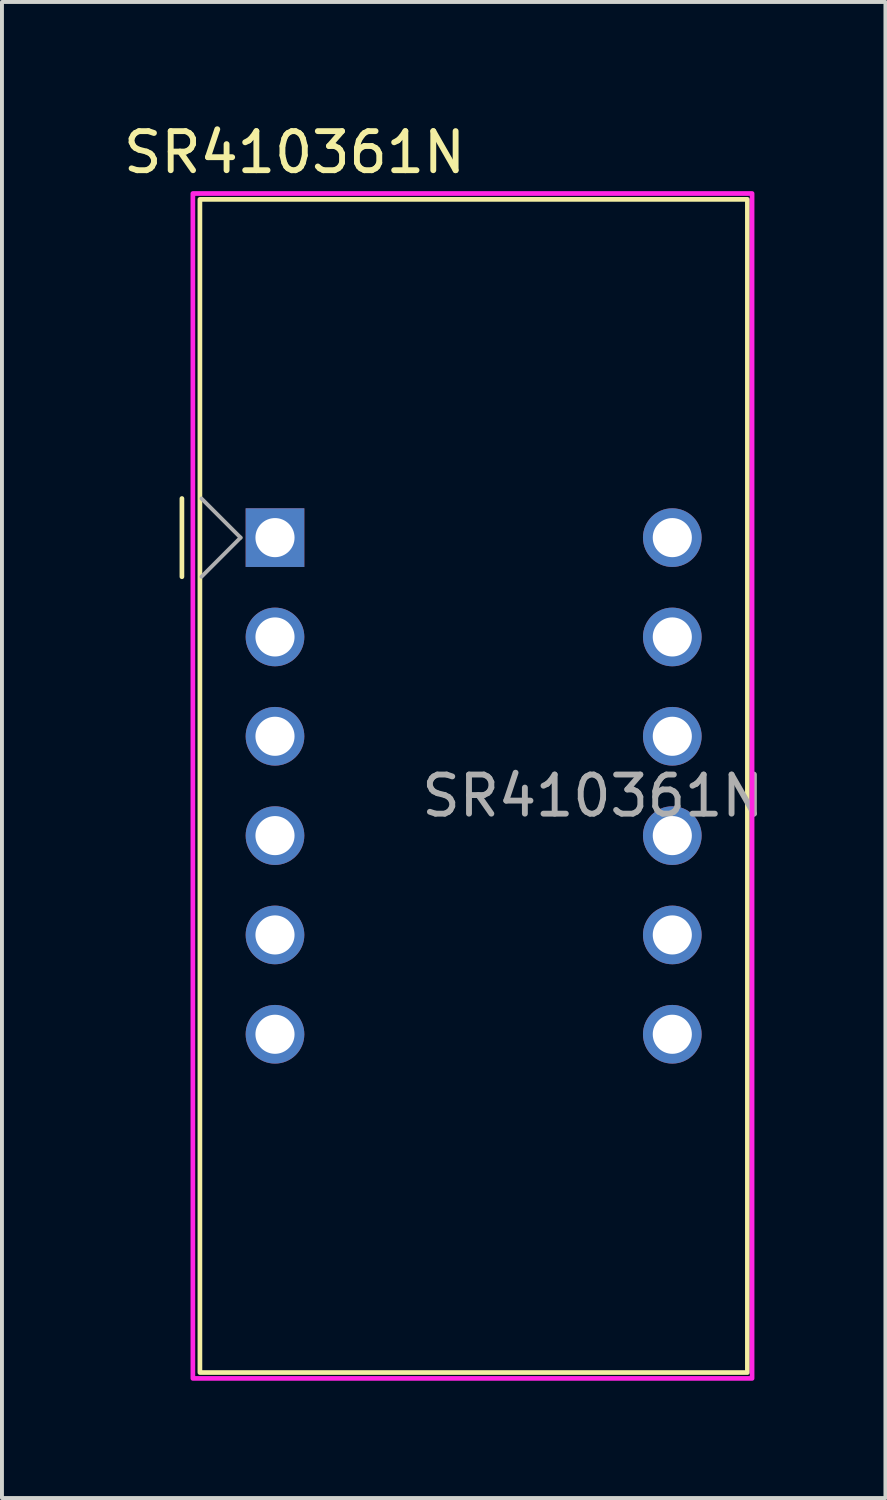
<source format=kicad_pcb>
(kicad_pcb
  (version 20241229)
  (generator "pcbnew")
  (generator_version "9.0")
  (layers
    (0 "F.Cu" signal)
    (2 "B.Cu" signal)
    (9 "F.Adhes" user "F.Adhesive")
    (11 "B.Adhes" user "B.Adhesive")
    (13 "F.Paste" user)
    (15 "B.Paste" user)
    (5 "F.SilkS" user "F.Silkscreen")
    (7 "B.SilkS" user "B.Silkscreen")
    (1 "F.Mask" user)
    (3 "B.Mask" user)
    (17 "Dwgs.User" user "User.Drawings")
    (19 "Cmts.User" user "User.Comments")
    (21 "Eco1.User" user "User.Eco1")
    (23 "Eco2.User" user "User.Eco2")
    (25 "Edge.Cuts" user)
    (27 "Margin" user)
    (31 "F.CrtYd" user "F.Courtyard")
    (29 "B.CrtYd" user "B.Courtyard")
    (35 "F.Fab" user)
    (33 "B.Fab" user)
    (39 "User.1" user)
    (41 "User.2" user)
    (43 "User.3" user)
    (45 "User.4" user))
  (footprint "SR410361N"
    (layer "F.Cu")
    (at 3.982 10.698)
    (property "Reference" "SR410361N" (at 0.5 -9.85 0) (layer "F.SilkS") (effects (font (size 1 1) (thickness 0.15))))
    (attr through_hole)
    (fp_line (start -2.38 -1) (end -2.38 1) (stroke (width 0.12) (type solid)) (layer "F.SilkS"))
    (fp_rect (start -1.92 -8.65) (end 12.08 21.35) (stroke (width 0.12) (type default)) (fill no) (layer "F.SilkS"))
    (fp_rect (start -2.1 -8.8) (end 12.2 21.5) (stroke (width 0.12) (type default)) (fill no) (layer "F.CrtYd"))
    (fp_line (start -1.88 1) (end -0.88 0) (stroke (width 0.1) (type solid)) (layer "F.Fab"))
    (fp_line (start -0.88 0) (end -1.88 -1) (stroke (width 0.1) (type solid)) (layer "F.Fab"))
    (fp_text user "${REFERENCE}" (at 8.128 6.604 0) (layer "F.Fab") (effects (font (size 1 1) (thickness 0.15))))
    (pad "1" thru_hole rect (at 0 0) (size 1.5 1.5) (drill 1) (layers "*.Cu" "*.Mask"))
    (pad "2" thru_hole circle (at 0 2.54) (size 1.5 1.5) (drill 1) (layers "*.Cu" "*.Mask"))
    (pad "3" thru_hole circle (at 0 5.08) (size 1.5 1.5) (drill 1) (layers "*.Cu" "*.Mask"))
    (pad "4" thru_hole circle (at 0 7.62) (size 1.5 1.5) (drill 1) (layers "*.Cu" "*.Mask"))
    (pad "5" thru_hole circle (at 0 10.16) (size 1.5 1.5) (drill 1) (layers "*.Cu" "*.Mask"))
    (pad "6" thru_hole circle (at 0 12.7) (size 1.5 1.5) (drill 1) (layers "*.Cu" "*.Mask"))
    (pad "7" thru_hole circle (at 10.16 12.7) (size 1.5 1.5) (drill 1) (layers "*.Cu" "*.Mask"))
    (pad "8" thru_hole circle (at 10.16 10.16) (size 1.5 1.5) (drill 1) (layers "*.Cu" "*.Mask"))
    (pad "9" thru_hole circle (at 10.16 7.62) (size 1.5 1.5) (drill 1) (layers "*.Cu" "*.Mask"))
    (pad "10" thru_hole circle (at 10.16 5.08) (size 1.5 1.5) (drill 1) (layers "*.Cu" "*.Mask"))
    (pad "11" thru_hole circle (at 10.16 2.54) (size 1.5 1.5) (drill 1) (layers "*.Cu" "*.Mask"))
    (pad "12" thru_hole circle (at 10.16 0) (size 1.5 1.5) (drill 1) (layers "*.Cu" "*.Mask")))
  (gr_rect
    (start -3 -3)
    (end 19.592 35.258)
    (stroke (width 0.1) (type default))
    (fill no)
    (layer "Edge.Cuts")))
</source>
